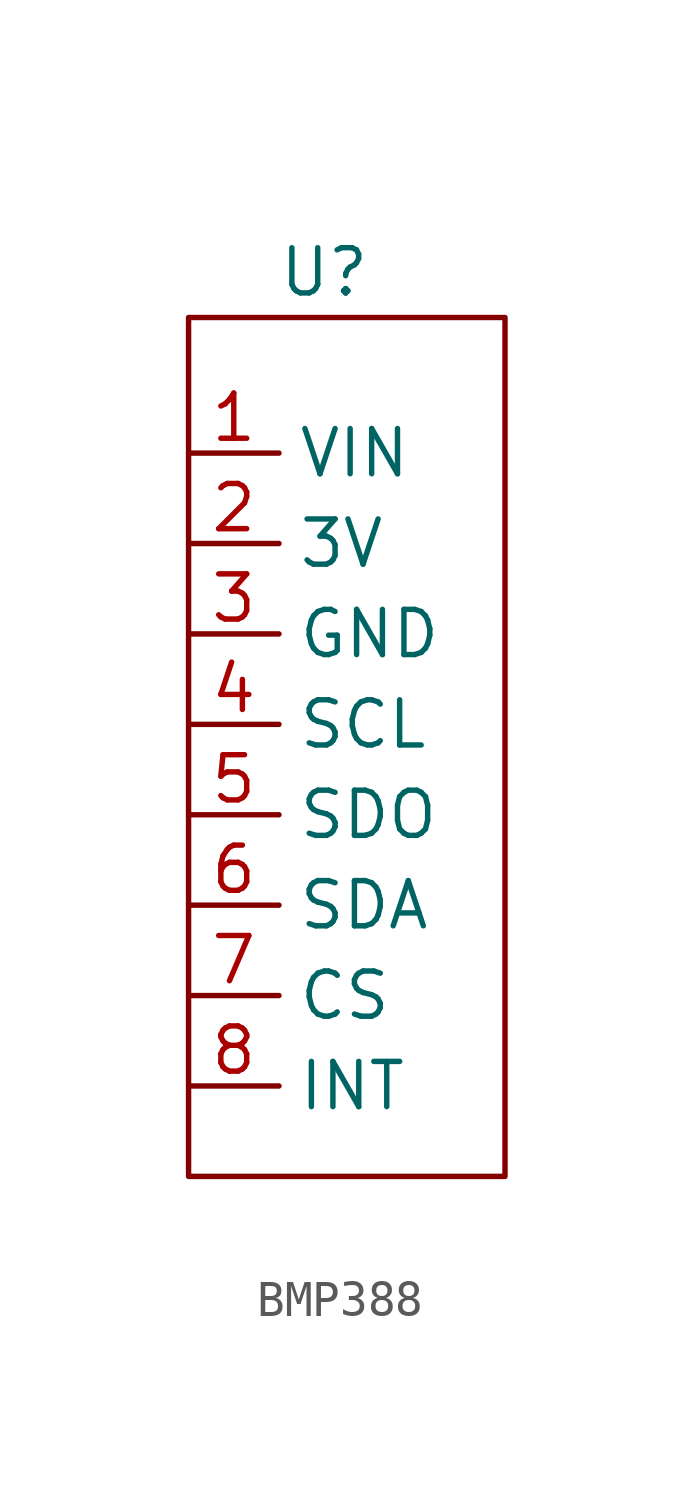
<source format=kicad_sym>
(kicad_symbol_lib
  (version 20220914)
  (generator kicad_symbol_editor)
  (symbol "BMP388"
    (property "Reference" "U"
      (at 3.81 5.08 0)
      (effects (font (size 1.27 1.27))))
    (property "Value" ""
      (at 0 0 0)
      (effects (font (size 1.27 1.27))))
    (symbol "BMP388_0_0"
      (pin power_in line (at 0 0 0) (length 2.54) (name "VIN" (effects (font (size 1.27 1.27)))) (number "1" (effects (font (size 1.27 1.27)))))
      (pin power_out line (at 0 -2.54 0) (length 2.54) (name "3V" (effects (font (size 1.27 1.27)))) (number "2" (effects (font (size 1.27 1.27)))))
      (pin power_in line (at 0 -5.08 0) (length 2.54) (name "GND" (effects (font (size 1.27 1.27)))) (number "3" (effects (font (size 1.27 1.27)))))
      (pin input line (at 0 -7.62 0) (length 2.54) (name "SCL" (effects (font (size 1.27 1.27)))) (number "4" (effects (font (size 1.27 1.27)))))
      (pin input line (at 0 -10.16 0) (length 2.54) (name "SDO" (effects (font (size 1.27 1.27)))) (number "5" (effects (font (size 1.27 1.27)))))
      (pin input line (at 0 -12.7 0) (length 2.54) (name "SDA" (effects (font (size 1.27 1.27)))) (number "6" (effects (font (size 1.27 1.27)))))
      (pin input line (at 0 -15.24 0) (length 2.54) (name "CS" (effects (font (size 1.27 1.27)))) (number "7" (effects (font (size 1.27 1.27)))))
      (pin output line (at 0 -17.78 0) (length 2.54) (name "INT" (effects (font (size 1.27 1.27)))) (number "8" (effects (font (size 1.27 1.27))))))
    (symbol "BMP388_0_1"
      (rectangle (start 0 3.81) (end 8.89 -20.32) (stroke (width 0) (type default)) (fill (type none))))))
</source>
